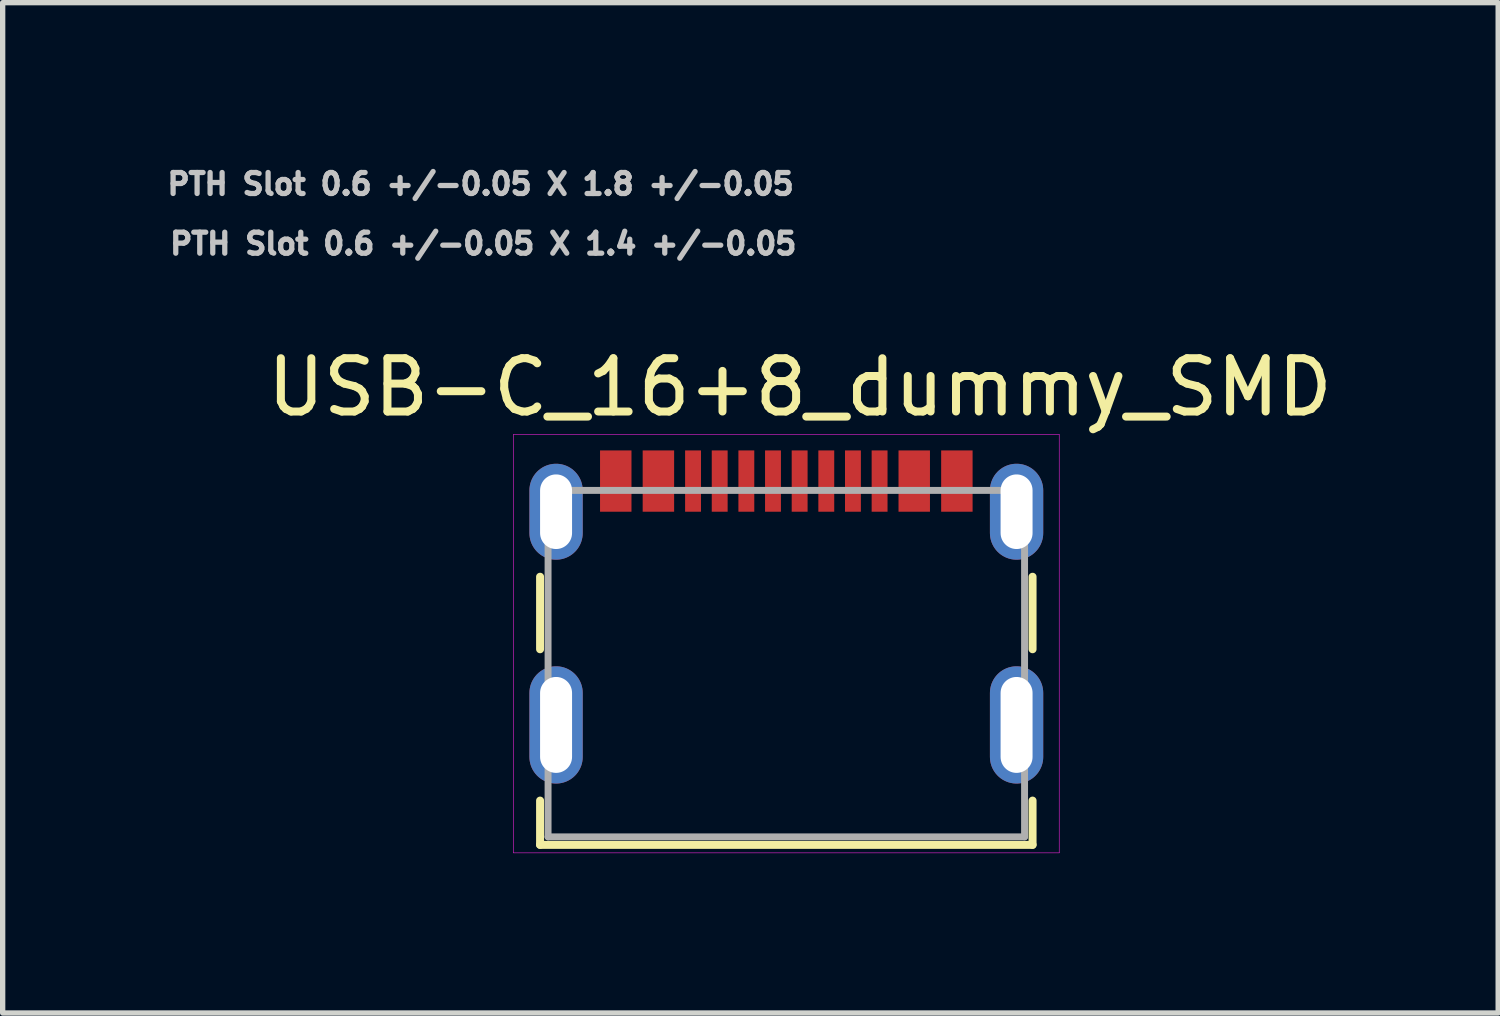
<source format=kicad_pcb>
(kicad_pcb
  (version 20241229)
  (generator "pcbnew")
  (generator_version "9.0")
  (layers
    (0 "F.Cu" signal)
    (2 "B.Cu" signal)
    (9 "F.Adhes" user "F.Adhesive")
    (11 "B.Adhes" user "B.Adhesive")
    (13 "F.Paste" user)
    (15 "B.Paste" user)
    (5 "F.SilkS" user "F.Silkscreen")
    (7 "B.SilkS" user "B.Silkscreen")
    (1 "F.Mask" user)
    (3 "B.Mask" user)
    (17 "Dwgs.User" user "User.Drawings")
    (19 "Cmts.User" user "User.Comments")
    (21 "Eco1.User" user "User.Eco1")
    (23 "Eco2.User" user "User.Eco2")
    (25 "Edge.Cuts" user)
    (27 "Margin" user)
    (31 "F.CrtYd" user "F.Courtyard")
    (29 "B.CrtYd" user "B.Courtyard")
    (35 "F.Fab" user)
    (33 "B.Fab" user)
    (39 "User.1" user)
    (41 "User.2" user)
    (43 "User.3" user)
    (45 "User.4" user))
  (footprint "USB-C_16+8_dummy_SMD"
    (layer "F.Cu")
    (at 11.703 9.401)
    (property "Reference" "USB-C_16+8_dummy_SMD" (at 0.255 -5.185 0) (layer "F.SilkS") (effects (font (size 1 1) (thickness 0.15))))
    (fp_poly (pts (xy -3.558 -4.064) (xy -2.841 -4.064) (xy -2.841 -2.787) (xy -3.558 -2.787)) (stroke (width 0.01) (type solid)) (fill yes) (layer "F.Mask"))
    (fp_poly (pts (xy -2.759 -4.064) (xy -2.042 -4.064) (xy -2.042 -2.787) (xy -2.759 -2.787)) (stroke (width 0.01) (type solid)) (fill yes) (layer "F.Mask"))
    (fp_poly (pts (xy -1.962 -4.064) (xy -1.538 -4.064) (xy -1.538 -2.787) (xy -1.962 -2.787)) (stroke (width 0.01) (type solid)) (fill yes) (layer "F.Mask"))
    (fp_poly (pts (xy -1.462 -4.064) (xy -1.038 -4.064) (xy -1.038 -2.787) (xy -1.462 -2.787)) (stroke (width 0.01) (type solid)) (fill yes) (layer "F.Mask"))
    (fp_poly (pts (xy -0.963 -4.064) (xy -0.537 -4.064) (xy -0.537 -2.787) (xy -0.963 -2.787)) (stroke (width 0.01) (type solid)) (fill yes) (layer "F.Mask"))
    (fp_poly (pts (xy -0.463 -4.064) (xy -0.037 -4.064) (xy -0.037 -2.787) (xy -0.463 -2.787)) (stroke (width 0.01) (type solid)) (fill yes) (layer "F.Mask"))
    (fp_poly (pts (xy 0.037 -4.064) (xy 0.463 -4.064) (xy 0.463 -2.787) (xy 0.037 -2.787)) (stroke (width 0.01) (type solid)) (fill yes) (layer "F.Mask"))
    (fp_poly (pts (xy 0.537 -4.064) (xy 0.963 -4.064) (xy 0.963 -2.787) (xy 0.537 -2.787)) (stroke (width 0.01) (type solid)) (fill yes) (layer "F.Mask"))
    (fp_poly (pts (xy 1.038 -4.064) (xy 1.462 -4.064) (xy 1.462 -2.787) (xy 1.038 -2.787)) (stroke (width 0.01) (type solid)) (fill yes) (layer "F.Mask"))
    (fp_poly (pts (xy 1.538 -4.064) (xy 1.962 -4.064) (xy 1.962 -2.787) (xy 1.538 -2.787)) (stroke (width 0.01) (type solid)) (fill yes) (layer "F.Mask"))
    (fp_poly (pts (xy 2.042 -4.064) (xy 2.759 -4.064) (xy 2.759 -2.787) (xy 2.042 -2.787)) (stroke (width 0.01) (type solid)) (fill yes) (layer "F.Mask"))
    (fp_poly (pts (xy 2.841 -4.064) (xy 3.558 -4.064) (xy 3.558 -2.787) (xy 2.841 -2.787)) (stroke (width 0.01) (type solid)) (fill yes) (layer "F.Mask"))
    (fp_line (start -4.62 -0.27) (end -4.62 -1.63) (stroke (width 0.15) (type solid)) (layer "F.SilkS"))
    (fp_line (start -4.62 3.4) (end -4.62 2.57) (stroke (width 0.15) (type solid)) (layer "F.SilkS"))
    (fp_line (start 4.62 -1.63) (end 4.62 -0.27) (stroke (width 0.15) (type solid)) (layer "F.SilkS"))
    (fp_line (start 4.62 2.57) (end 4.62 3.4) (stroke (width 0.15) (type solid)) (layer "F.SilkS"))
    (fp_line (start 4.62 3.4) (end -4.62 3.4) (stroke (width 0.15) (type solid)) (layer "F.SilkS"))
    (fp_line (start -5.12 -4.3) (end 5.12 -4.3) (stroke (width 0.01) (type solid)) (layer "F.CrtYd"))
    (fp_line (start -5.12 3.55) (end -5.12 -4.3) (stroke (width 0.01) (type solid)) (layer "F.CrtYd"))
    (fp_line (start 5.12 -4.3) (end 5.12 3.55) (stroke (width 0.01) (type solid)) (layer "F.CrtYd"))
    (fp_line (start 5.12 3.55) (end -5.12 3.55) (stroke (width 0.01) (type solid)) (layer "F.CrtYd"))
    (fp_line (start -4.47 -3.25) (end 4.47 -3.25) (stroke (width 0.13) (type solid)) (layer "F.Fab"))
    (fp_line (start -4.47 3.25) (end -4.47 -3.25) (stroke (width 0.13) (type solid)) (layer "F.Fab"))
    (fp_line (start 4.47 -3.25) (end 4.47 3.25) (stroke (width 0.13) (type solid)) (layer "F.Fab"))
    (fp_line (start 4.47 3.25) (end -4.47 3.25) (stroke (width 0.13) (type solid)) (layer "F.Fab"))
    (fp_text user "PTH Slot 0.6 +/-0.05 X 1.8 +/-0.05" (at -5.736 -8.998 0) (layer "Dwgs.User") (effects (font (size 0.394 0.394) (thickness 0.15))))
    (fp_text user "PTH Slot 0.6 +/-0.05 X 1.4 +/-0.05" (at -5.686 -7.878 0) (layer "Dwgs.User") (effects (font (size 0.394 0.394) (thickness 0.15))))
    (pad "A1" smd rect (at -3.2 -3.425) (size 0.59 1.15) (layers "F.Cu" "F.Paste"))
    (pad "A4" smd rect (at -2.4 -3.425) (size 0.59 1.15) (layers "F.Cu" "F.Paste"))
    (pad "A5" smd rect (at -1.25 -3.425) (size 0.298 1.15) (layers "F.Cu" "F.Paste"))
    (pad "A6" smd rect (at -0.25 -3.425) (size 0.298 1.15) (layers "F.Cu" "F.Paste"))
    (pad "A7" smd rect (at 0.25 -3.425) (size 0.298 1.15) (layers "F.Cu" "F.Paste"))
    (pad "A8" smd rect (at 1.25 -3.425) (size 0.298 1.15) (layers "F.Cu" "F.Paste"))
    (pad "B1" smd rect (at 3.2 -3.425) (size 0.59 1.15) (layers "F.Cu" "F.Paste"))
    (pad "B4" smd rect (at 2.4 -3.425) (size 0.59 1.15) (layers "F.Cu" "F.Paste"))
    (pad "B5" smd rect (at 1.75 -3.425) (size 0.298 1.15) (layers "F.Cu" "F.Paste"))
    (pad "B6" smd rect (at 0.75 -3.425) (size 0.298 1.15) (layers "F.Cu" "F.Paste"))
    (pad "B7" smd rect (at -0.75 -3.425) (size 0.298 1.15) (layers "F.Cu" "F.Paste"))
    (pad "B8" smd rect (at -1.75 -3.425) (size 0.298 1.15) (layers "F.Cu" "F.Paste"))
    (pad "SH1" thru_hole oval (at -4.32 1.15) (size 1 2.2) (drill oval 0.6 1.8) (layers "*.Cu" "*.Mask"))
    (pad "SH2" thru_hole oval (at 4.32 1.15) (size 1 2.2) (drill oval 0.6 1.8) (layers "*.Cu" "*.Mask"))
    (pad "SH3" thru_hole oval (at -4.32 -2.85) (size 1 1.8) (drill oval 0.6 1.4) (layers "*.Cu" "*.Mask"))
    (pad "SH4" thru_hole oval (at 4.32 -2.85) (size 1 1.8) (drill oval 0.6 1.4) (layers "*.Cu" "*.Mask")))
  (gr_rect
    (start -3 -3)
    (end 25.059 15.956)
    (stroke (width 0.1) (type default))
    (fill no)
    (layer "Edge.Cuts")))
</source>
